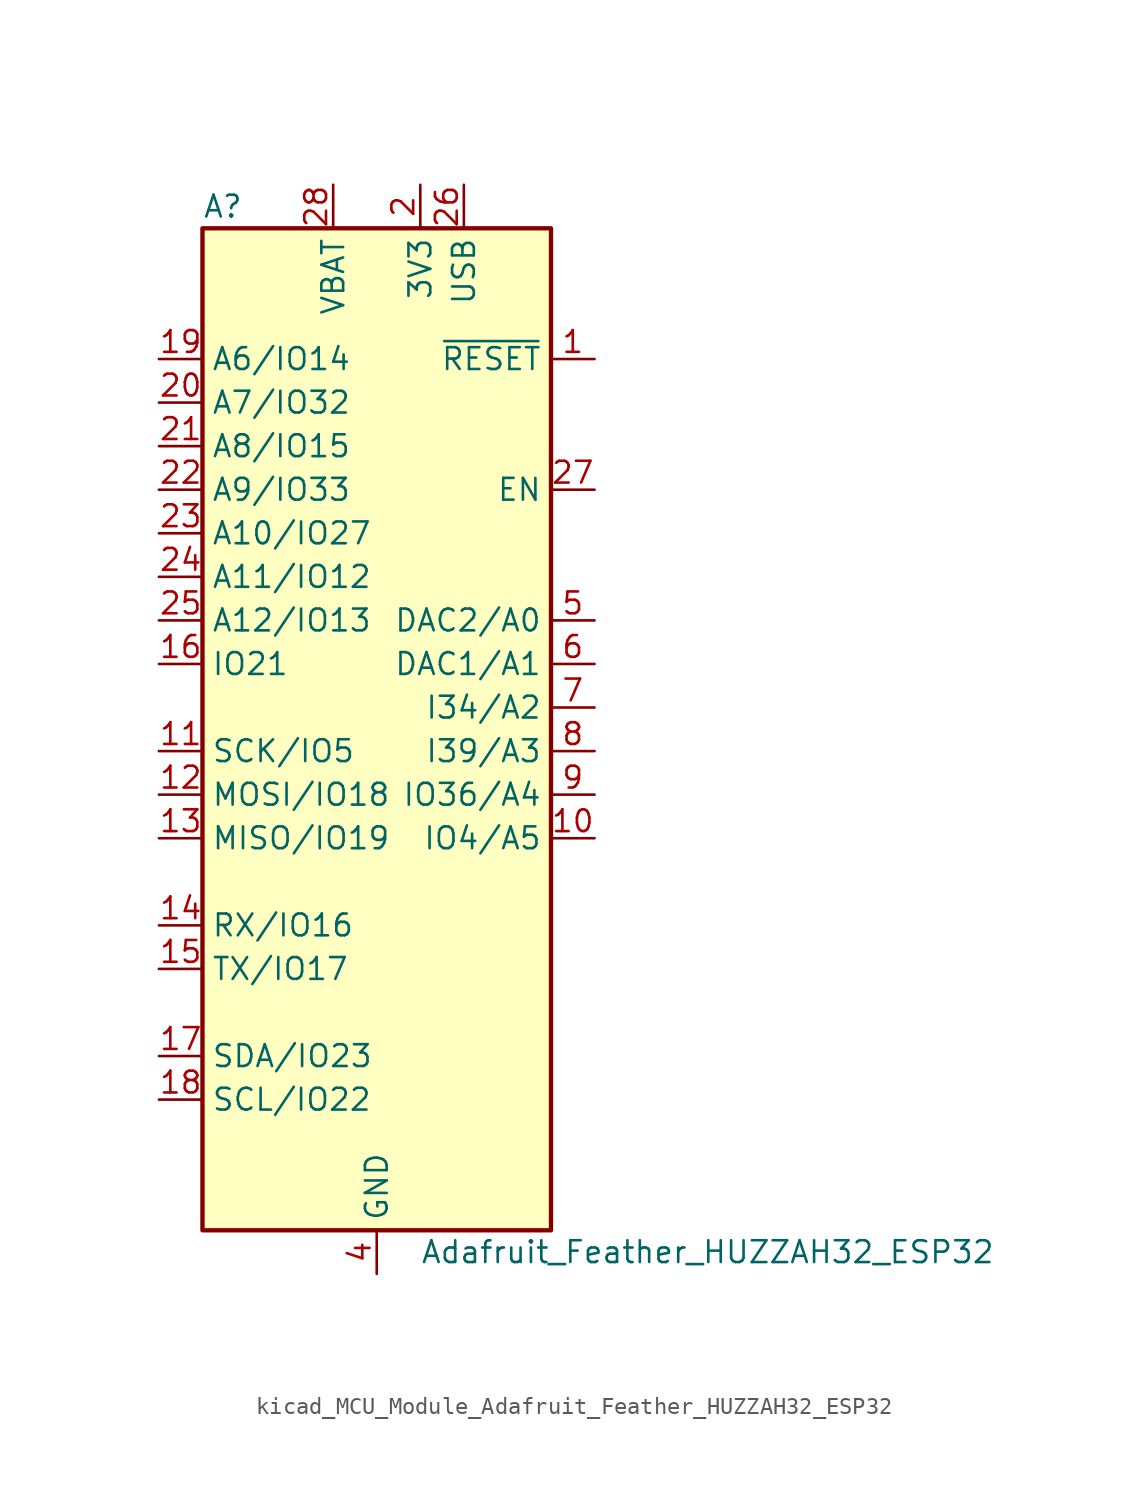
<source format=kicad_sym>
(kicad_symbol_lib
  (version 20220914)
  (generator kicad_symbol_editor)
  (symbol "kicad_MCU_Module_Adafruit_Feather_HUZZAH32_ESP32"
    (property "Reference" "A"
      (at -10.16 29.21 0)
      (effects (font (size 1.27 1.27)) (justify left)))
    (property "Value" "Adafruit_Feather_HUZZAH32_ESP32"
      (at 2.54 -31.75 0)
      (effects (font (size 1.27 1.27)) (justify left)))
    (symbol "kicad_MCU_Module_Adafruit_Feather_HUZZAH32_ESP32_0_1"
      (rectangle (start -10.16 27.94) (end 10.16 -30.48) (stroke (width 0.254) (type default)) (fill (type background))))
    (symbol "kicad_MCU_Module_Adafruit_Feather_HUZZAH32_ESP32_1_1"
      (pin input line (at 12.7 20.32 180) (length 2.54) (name "~{RESET}" (effects (font (size 1.27 1.27)))) (number "1" (effects (font (size 1.27 1.27)))))
      (pin bidirectional line (at 12.7 -7.62 180) (length 2.54) (name "IO4/A5" (effects (font (size 1.27 1.27)))) (number "10" (effects (font (size 1.27 1.27)))))
      (pin bidirectional line (at -12.7 -2.54 0) (length 2.54) (name "SCK/IO5" (effects (font (size 1.27 1.27)))) (number "11" (effects (font (size 1.27 1.27)))))
      (pin bidirectional line (at -12.7 -5.08 0) (length 2.54) (name "MOSI/IO18" (effects (font (size 1.27 1.27)))) (number "12" (effects (font (size 1.27 1.27)))))
      (pin bidirectional line (at -12.7 -7.62 0) (length 2.54) (name "MISO/IO19" (effects (font (size 1.27 1.27)))) (number "13" (effects (font (size 1.27 1.27)))))
      (pin bidirectional line (at -12.7 -12.7 0) (length 2.54) (name "RX/IO16" (effects (font (size 1.27 1.27)))) (number "14" (effects (font (size 1.27 1.27)))))
      (pin bidirectional line (at -12.7 -15.24 0) (length 2.54) (name "TX/IO17" (effects (font (size 1.27 1.27)))) (number "15" (effects (font (size 1.27 1.27)))))
      (pin bidirectional line (at -12.7 2.54 0) (length 2.54) (name "IO21" (effects (font (size 1.27 1.27)))) (number "16" (effects (font (size 1.27 1.27)))))
      (pin bidirectional line (at -12.7 -20.32 0) (length 2.54) (name "SDA/IO23" (effects (font (size 1.27 1.27)))) (number "17" (effects (font (size 1.27 1.27)))))
      (pin bidirectional line (at -12.7 -22.86 0) (length 2.54) (name "SCL/IO22" (effects (font (size 1.27 1.27)))) (number "18" (effects (font (size 1.27 1.27)))))
      (pin bidirectional line (at -12.7 20.32 0) (length 2.54) (name "A6/IO14" (effects (font (size 1.27 1.27)))) (number "19" (effects (font (size 1.27 1.27)))))
      (pin power_in line (at 2.54 30.48 270) (length 2.54) (name "3V3" (effects (font (size 1.27 1.27)))) (number "2" (effects (font (size 1.27 1.27)))))
      (pin bidirectional line (at -12.7 17.78 0) (length 2.54) (name "A7/IO32" (effects (font (size 1.27 1.27)))) (number "20" (effects (font (size 1.27 1.27)))))
      (pin bidirectional line (at -12.7 15.24 0) (length 2.54) (name "A8/IO15" (effects (font (size 1.27 1.27)))) (number "21" (effects (font (size 1.27 1.27)))))
      (pin bidirectional line (at -12.7 12.7 0) (length 2.54) (name "A9/IO33" (effects (font (size 1.27 1.27)))) (number "22" (effects (font (size 1.27 1.27)))))
      (pin bidirectional line (at -12.7 10.16 0) (length 2.54) (name "A10/IO27" (effects (font (size 1.27 1.27)))) (number "23" (effects (font (size 1.27 1.27)))))
      (pin bidirectional line (at -12.7 7.62 0) (length 2.54) (name "A11/IO12" (effects (font (size 1.27 1.27)))) (number "24" (effects (font (size 1.27 1.27)))))
      (pin bidirectional line (at -12.7 5.08 0) (length 2.54) (name "A12/IO13" (effects (font (size 1.27 1.27)))) (number "25" (effects (font (size 1.27 1.27)))))
      (pin power_in line (at 5.08 30.48 270) (length 2.54) (name "USB" (effects (font (size 1.27 1.27)))) (number "26" (effects (font (size 1.27 1.27)))))
      (pin input line (at 12.7 12.7 180) (length 2.54) (name "EN" (effects (font (size 1.27 1.27)))) (number "27" (effects (font (size 1.27 1.27)))))
      (pin power_in line (at -2.54 30.48 270) (length 2.54) (name "VBAT" (effects (font (size 1.27 1.27)))) (number "28" (effects (font (size 1.27 1.27)))))
      (pin no_connect line (at 10.16 10.16 180) (length 2.54) hide (name "NC" (effects (font (size 1.27 1.27)))) (number "3" (effects (font (size 1.27 1.27)))))
      (pin power_in line (at 0 -33.02 90) (length 2.54) (name "GND" (effects (font (size 1.27 1.27)))) (number "4" (effects (font (size 1.27 1.27)))))
      (pin bidirectional line (at 12.7 5.08 180) (length 2.54) (name "DAC2/A0" (effects (font (size 1.27 1.27)))) (number "5" (effects (font (size 1.27 1.27)))))
      (pin bidirectional line (at 12.7 2.54 180) (length 2.54) (name "DAC1/A1" (effects (font (size 1.27 1.27)))) (number "6" (effects (font (size 1.27 1.27)))))
      (pin bidirectional line (at 12.7 0 180) (length 2.54) (name "I34/A2" (effects (font (size 1.27 1.27)))) (number "7" (effects (font (size 1.27 1.27)))))
      (pin bidirectional line (at 12.7 -2.54 180) (length 2.54) (name "I39/A3" (effects (font (size 1.27 1.27)))) (number "8" (effects (font (size 1.27 1.27)))))
      (pin bidirectional line (at 12.7 -5.08 180) (length 2.54) (name "IO36/A4" (effects (font (size 1.27 1.27)))) (number "9" (effects (font (size 1.27 1.27))))))))
</source>
